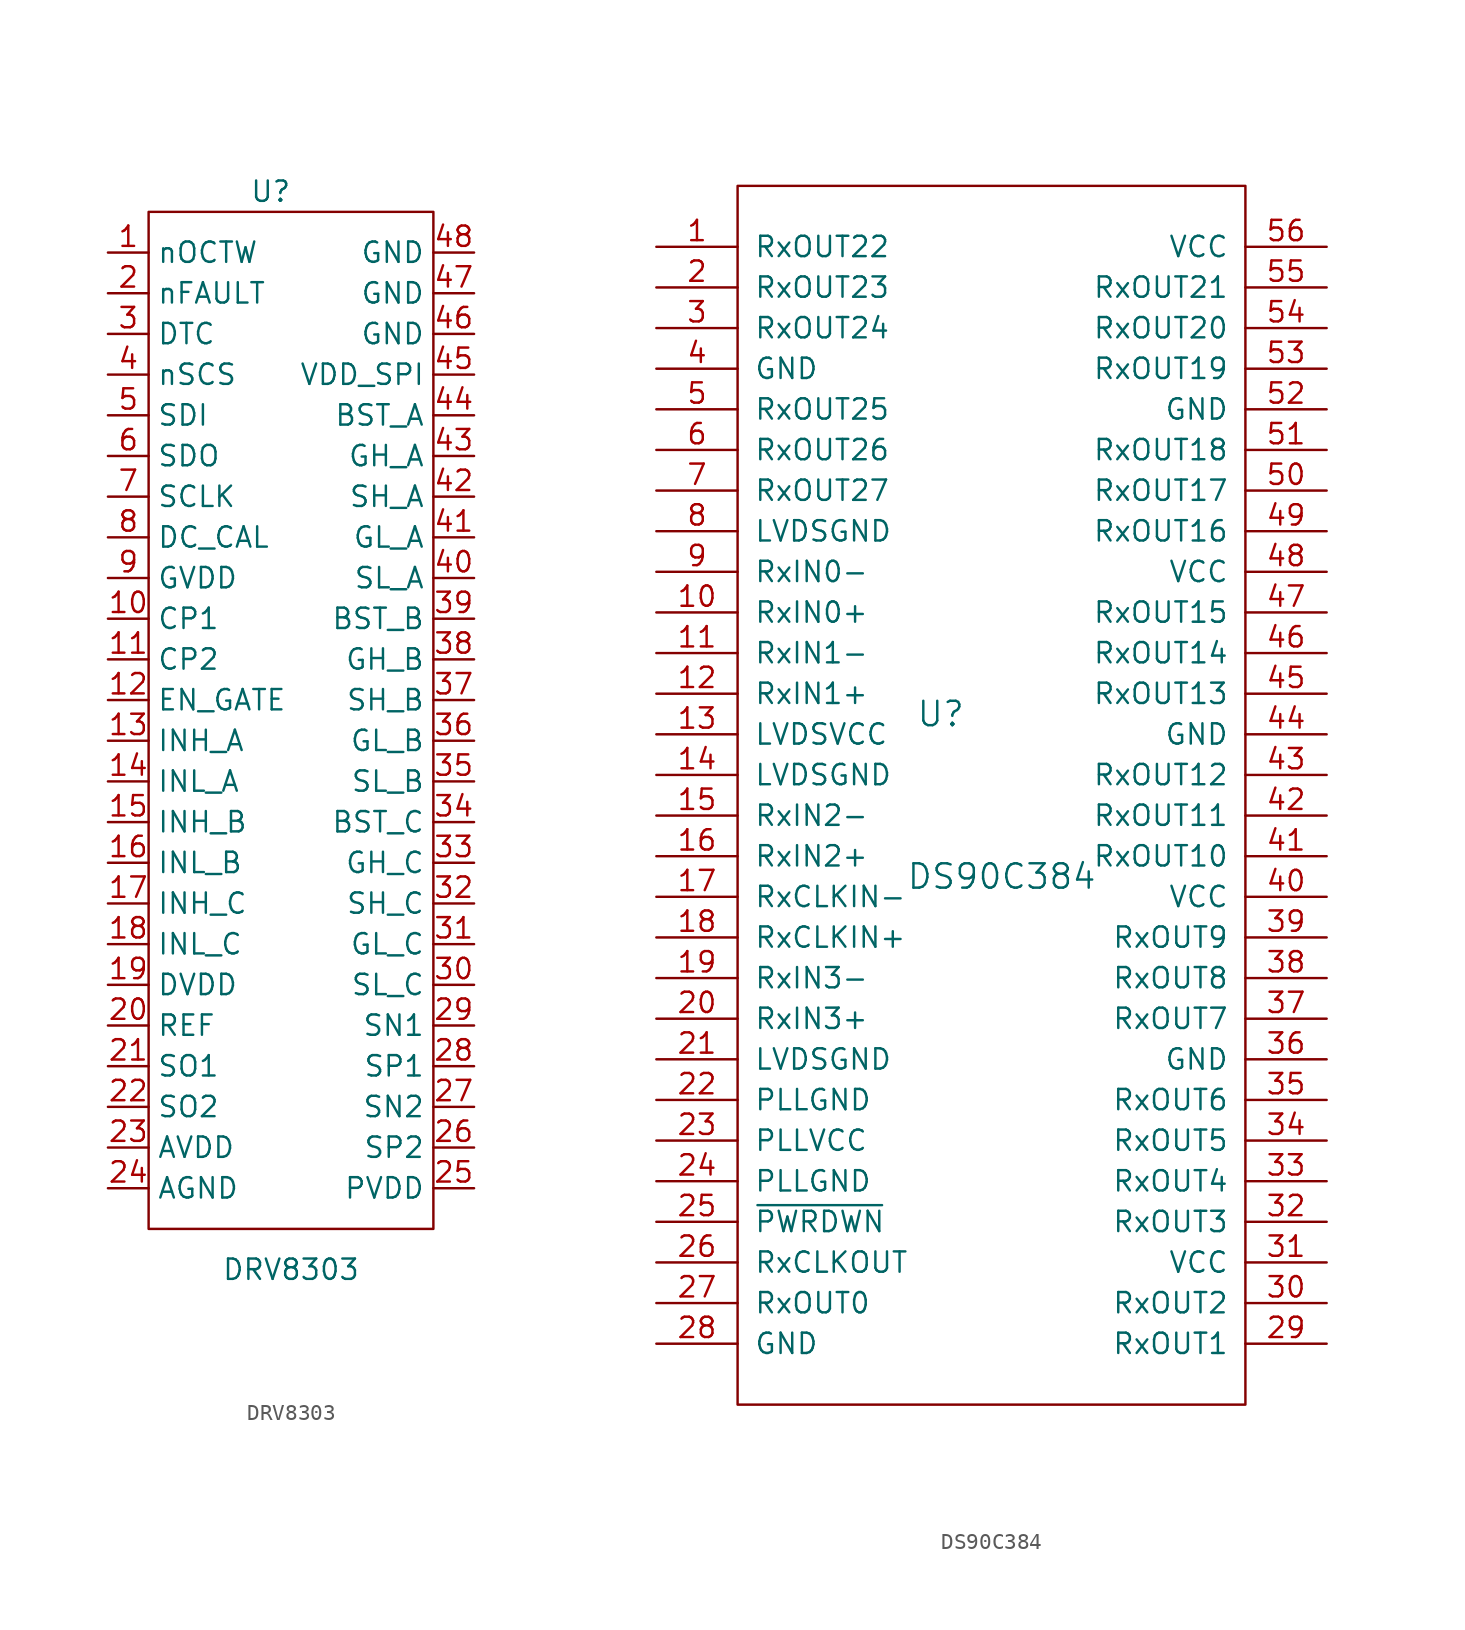
<source format=kicad_sym>
(kicad_symbol_lib
  (version 20220914)
  (generator kicad_symbol_editor)
  (symbol "DRV8303"
    (property "Reference" "U"
      (at -1.27 33.02 0)
      (effects (font (size 1.27 1.27))))
    (property "Value" "DRV8303"
      (at 0 -34.29 0)
      (effects (font (size 1.27 1.27))))
    (symbol "DRV8303_0_1"
      (rectangle (start -8.89 31.75) (end 8.89 -31.75) (stroke (width 0.152) (type default)) (fill (type none))))
    (symbol "DRV8303_1_1"
      (pin output line (at -11.43 29.21 0) (length 2.54) (name "nOCTW" (effects (font (size 1.27 1.27)))) (number "1" (effects (font (size 1.27 1.27)))))
      (pin power_in line (at -11.43 6.35 0) (length 2.54) (name "CP1" (effects (font (size 1.27 1.27)))) (number "10" (effects (font (size 1.27 1.27)))))
      (pin power_in line (at -11.43 3.81 0) (length 2.54) (name "CP2" (effects (font (size 1.27 1.27)))) (number "11" (effects (font (size 1.27 1.27)))))
      (pin input line (at -11.43 1.27 0) (length 2.54) (name "EN_GATE" (effects (font (size 1.27 1.27)))) (number "12" (effects (font (size 1.27 1.27)))))
      (pin input line (at -11.43 -1.27 0) (length 2.54) (name "INH_A" (effects (font (size 1.27 1.27)))) (number "13" (effects (font (size 1.27 1.27)))))
      (pin input line (at -11.43 -3.81 0) (length 2.54) (name "INL_A" (effects (font (size 1.27 1.27)))) (number "14" (effects (font (size 1.27 1.27)))))
      (pin input line (at -11.43 -6.35 0) (length 2.54) (name "INH_B" (effects (font (size 1.27 1.27)))) (number "15" (effects (font (size 1.27 1.27)))))
      (pin input line (at -11.43 -8.89 0) (length 2.54) (name "INL_B" (effects (font (size 1.27 1.27)))) (number "16" (effects (font (size 1.27 1.27)))))
      (pin input line (at -11.43 -11.43 0) (length 2.54) (name "INH_C" (effects (font (size 1.27 1.27)))) (number "17" (effects (font (size 1.27 1.27)))))
      (pin input line (at -11.43 -13.97 0) (length 2.54) (name "INL_C" (effects (font (size 1.27 1.27)))) (number "18" (effects (font (size 1.27 1.27)))))
      (pin power_in line (at -11.43 -16.51 0) (length 2.54) (name "DVDD" (effects (font (size 1.27 1.27)))) (number "19" (effects (font (size 1.27 1.27)))))
      (pin output line (at -11.43 26.67 0) (length 2.54) (name "nFAULT" (effects (font (size 1.27 1.27)))) (number "2" (effects (font (size 1.27 1.27)))))
      (pin input line (at -11.43 -19.05 0) (length 2.54) (name "REF" (effects (font (size 1.27 1.27)))) (number "20" (effects (font (size 1.27 1.27)))))
      (pin output line (at -11.43 -21.59 0) (length 2.54) (name "SO1" (effects (font (size 1.27 1.27)))) (number "21" (effects (font (size 1.27 1.27)))))
      (pin output line (at -11.43 -24.13 0) (length 2.54) (name "SO2" (effects (font (size 1.27 1.27)))) (number "22" (effects (font (size 1.27 1.27)))))
      (pin power_in line (at -11.43 -26.67 0) (length 2.54) (name "AVDD" (effects (font (size 1.27 1.27)))) (number "23" (effects (font (size 1.27 1.27)))))
      (pin power_in line (at -11.43 -29.21 0) (length 2.54) (name "AGND" (effects (font (size 1.27 1.27)))) (number "24" (effects (font (size 1.27 1.27)))))
      (pin power_in line (at 11.43 -29.21 180) (length 2.54) (name "PVDD" (effects (font (size 1.27 1.27)))) (number "25" (effects (font (size 1.27 1.27)))))
      (pin input line (at 11.43 -26.67 180) (length 2.54) (name "SP2" (effects (font (size 1.27 1.27)))) (number "26" (effects (font (size 1.27 1.27)))))
      (pin input line (at 11.43 -24.13 180) (length 2.54) (name "SN2" (effects (font (size 1.27 1.27)))) (number "27" (effects (font (size 1.27 1.27)))))
      (pin input line (at 11.43 -21.59 180) (length 2.54) (name "SP1" (effects (font (size 1.27 1.27)))) (number "28" (effects (font (size 1.27 1.27)))))
      (pin input line (at 11.43 -19.05 180) (length 2.54) (name "SN1" (effects (font (size 1.27 1.27)))) (number "29" (effects (font (size 1.27 1.27)))))
      (pin input line (at -11.43 24.13 0) (length 2.54) (name "DTC" (effects (font (size 1.27 1.27)))) (number "3" (effects (font (size 1.27 1.27)))))
      (pin input line (at 11.43 -16.51 180) (length 2.54) (name "SL_C" (effects (font (size 1.27 1.27)))) (number "30" (effects (font (size 1.27 1.27)))))
      (pin output line (at 11.43 -13.97 180) (length 2.54) (name "GL_C" (effects (font (size 1.27 1.27)))) (number "31" (effects (font (size 1.27 1.27)))))
      (pin input line (at 11.43 -11.43 180) (length 2.54) (name "SH_C" (effects (font (size 1.27 1.27)))) (number "32" (effects (font (size 1.27 1.27)))))
      (pin output line (at 11.43 -8.89 180) (length 2.54) (name "GH_C" (effects (font (size 1.27 1.27)))) (number "33" (effects (font (size 1.27 1.27)))))
      (pin power_in line (at 11.43 -6.35 180) (length 2.54) (name "BST_C" (effects (font (size 1.27 1.27)))) (number "34" (effects (font (size 1.27 1.27)))))
      (pin input line (at 11.43 -3.81 180) (length 2.54) (name "SL_B" (effects (font (size 1.27 1.27)))) (number "35" (effects (font (size 1.27 1.27)))))
      (pin output line (at 11.43 -1.27 180) (length 2.54) (name "GL_B" (effects (font (size 1.27 1.27)))) (number "36" (effects (font (size 1.27 1.27)))))
      (pin input line (at 11.43 1.27 180) (length 2.54) (name "SH_B" (effects (font (size 1.27 1.27)))) (number "37" (effects (font (size 1.27 1.27)))))
      (pin output line (at 11.43 3.81 180) (length 2.54) (name "GH_B" (effects (font (size 1.27 1.27)))) (number "38" (effects (font (size 1.27 1.27)))))
      (pin power_in line (at 11.43 6.35 180) (length 2.54) (name "BST_B" (effects (font (size 1.27 1.27)))) (number "39" (effects (font (size 1.27 1.27)))))
      (pin input line (at -11.43 21.59 0) (length 2.54) (name "nSCS" (effects (font (size 1.27 1.27)))) (number "4" (effects (font (size 1.27 1.27)))))
      (pin input line (at 11.43 8.89 180) (length 2.54) (name "SL_A" (effects (font (size 1.27 1.27)))) (number "40" (effects (font (size 1.27 1.27)))))
      (pin output line (at 11.43 11.43 180) (length 2.54) (name "GL_A" (effects (font (size 1.27 1.27)))) (number "41" (effects (font (size 1.27 1.27)))))
      (pin input line (at 11.43 13.97 180) (length 2.54) (name "SH_A" (effects (font (size 1.27 1.27)))) (number "42" (effects (font (size 1.27 1.27)))))
      (pin output line (at 11.43 16.51 180) (length 2.54) (name "GH_A" (effects (font (size 1.27 1.27)))) (number "43" (effects (font (size 1.27 1.27)))))
      (pin power_in line (at 11.43 19.05 180) (length 2.54) (name "BST_A" (effects (font (size 1.27 1.27)))) (number "44" (effects (font (size 1.27 1.27)))))
      (pin input line (at 11.43 21.59 180) (length 2.54) (name "VDD_SPI" (effects (font (size 1.27 1.27)))) (number "45" (effects (font (size 1.27 1.27)))))
      (pin power_in line (at 11.43 24.13 180) (length 2.54) (name "GND" (effects (font (size 1.27 1.27)))) (number "46" (effects (font (size 1.27 1.27)))))
      (pin power_in line (at 11.43 26.67 180) (length 2.54) (name "GND" (effects (font (size 1.27 1.27)))) (number "47" (effects (font (size 1.27 1.27)))))
      (pin power_in line (at 11.43 29.21 180) (length 2.54) (name "GND" (effects (font (size 1.27 1.27)))) (number "48" (effects (font (size 1.27 1.27)))))
      (pin input line (at -11.43 19.05 0) (length 2.54) (name "SDI" (effects (font (size 1.27 1.27)))) (number "5" (effects (font (size 1.27 1.27)))))
      (pin output line (at -11.43 16.51 0) (length 2.54) (name "SDO" (effects (font (size 1.27 1.27)))) (number "6" (effects (font (size 1.27 1.27)))))
      (pin input line (at -11.43 13.97 0) (length 2.54) (name "SCLK" (effects (font (size 1.27 1.27)))) (number "7" (effects (font (size 1.27 1.27)))))
      (pin input line (at -11.43 11.43 0) (length 2.54) (name "DC_CAL" (effects (font (size 1.27 1.27)))) (number "8" (effects (font (size 1.27 1.27)))))
      (pin power_in line (at -11.43 8.89 0) (length 2.54) (name "GVDD" (effects (font (size 1.27 1.27)))) (number "9" (effects (font (size 1.27 1.27)))))))
  (symbol "DS90C384"
    (pin_names
      (offset 1.016))
    (property "Reference" "U"
      (at -1.27 3.81 0)
      (effects (font (size 1.524 1.524))))
    (property "Value" "DS90C384"
      (at 2.54 -6.35 0)
      (effects (font (size 1.524 1.524))))
    (symbol "DS90C384_0_1"
      (rectangle (start -13.97 36.83) (end 17.78 -39.37) (stroke (width 0) (type default)) (fill (type none))))
    (symbol "DS90C384_1_1"
      (pin input line (at -19.05 33.02 0) (length 5.08) (name "RxOUT22" (effects (font (size 1.27 1.27)))) (number "1" (effects (font (size 1.27 1.27)))))
      (pin input line (at -19.05 10.16 0) (length 5.08) (name "RxIN0+" (effects (font (size 1.27 1.27)))) (number "10" (effects (font (size 1.27 1.27)))))
      (pin input line (at -19.05 7.62 0) (length 5.08) (name "RxIN1-" (effects (font (size 1.27 1.27)))) (number "11" (effects (font (size 1.27 1.27)))))
      (pin input line (at -19.05 5.08 0) (length 5.08) (name "RxIN1+" (effects (font (size 1.27 1.27)))) (number "12" (effects (font (size 1.27 1.27)))))
      (pin input line (at -19.05 2.54 0) (length 5.08) (name "LVDSVCC" (effects (font (size 1.27 1.27)))) (number "13" (effects (font (size 1.27 1.27)))))
      (pin input line (at -19.05 0 0) (length 5.08) (name "LVDSGND" (effects (font (size 1.27 1.27)))) (number "14" (effects (font (size 1.27 1.27)))))
      (pin input line (at -19.05 -2.54 0) (length 5.08) (name "RxIN2-" (effects (font (size 1.27 1.27)))) (number "15" (effects (font (size 1.27 1.27)))))
      (pin input line (at -19.05 -5.08 0) (length 5.08) (name "RxIN2+" (effects (font (size 1.27 1.27)))) (number "16" (effects (font (size 1.27 1.27)))))
      (pin input line (at -19.05 -7.62 0) (length 5.08) (name "RxCLKIN-" (effects (font (size 1.27 1.27)))) (number "17" (effects (font (size 1.27 1.27)))))
      (pin input line (at -19.05 -10.16 0) (length 5.08) (name "RxCLKIN+" (effects (font (size 1.27 1.27)))) (number "18" (effects (font (size 1.27 1.27)))))
      (pin input line (at -19.05 -12.7 0) (length 5.08) (name "RxIN3-" (effects (font (size 1.27 1.27)))) (number "19" (effects (font (size 1.27 1.27)))))
      (pin input line (at -19.05 30.48 0) (length 5.08) (name "RxOUT23" (effects (font (size 1.27 1.27)))) (number "2" (effects (font (size 1.27 1.27)))))
      (pin input line (at -19.05 -15.24 0) (length 5.08) (name "RxIN3+" (effects (font (size 1.27 1.27)))) (number "20" (effects (font (size 1.27 1.27)))))
      (pin input line (at -19.05 -17.78 0) (length 5.08) (name "LVDSGND" (effects (font (size 1.27 1.27)))) (number "21" (effects (font (size 1.27 1.27)))))
      (pin input line (at -19.05 -20.32 0) (length 5.08) (name "PLLGND" (effects (font (size 1.27 1.27)))) (number "22" (effects (font (size 1.27 1.27)))))
      (pin input line (at -19.05 -22.86 0) (length 5.08) (name "PLLVCC" (effects (font (size 1.27 1.27)))) (number "23" (effects (font (size 1.27 1.27)))))
      (pin input line (at -19.05 -25.4 0) (length 5.08) (name "PLLGND" (effects (font (size 1.27 1.27)))) (number "24" (effects (font (size 1.27 1.27)))))
      (pin input line (at -19.05 -27.94 0) (length 5.08) (name "~{PWRDWN}" (effects (font (size 1.27 1.27)))) (number "25" (effects (font (size 1.27 1.27)))))
      (pin input line (at -19.05 -30.48 0) (length 5.08) (name "RxCLKOUT" (effects (font (size 1.27 1.27)))) (number "26" (effects (font (size 1.27 1.27)))))
      (pin input line (at -19.05 -33.02 0) (length 5.08) (name "RxOUT0" (effects (font (size 1.27 1.27)))) (number "27" (effects (font (size 1.27 1.27)))))
      (pin input line (at -19.05 -35.56 0) (length 5.08) (name "GND" (effects (font (size 1.27 1.27)))) (number "28" (effects (font (size 1.27 1.27)))))
      (pin input line (at 22.86 -35.56 180) (length 5.08) (name "RxOUT1" (effects (font (size 1.27 1.27)))) (number "29" (effects (font (size 1.27 1.27)))))
      (pin input line (at -19.05 27.94 0) (length 5.08) (name "RxOUT24" (effects (font (size 1.27 1.27)))) (number "3" (effects (font (size 1.27 1.27)))))
      (pin input line (at 22.86 -33.02 180) (length 5.08) (name "RxOUT2" (effects (font (size 1.27 1.27)))) (number "30" (effects (font (size 1.27 1.27)))))
      (pin input line (at 22.86 -30.48 180) (length 5.08) (name "VCC" (effects (font (size 1.27 1.27)))) (number "31" (effects (font (size 1.27 1.27)))))
      (pin input line (at 22.86 -27.94 180) (length 5.08) (name "RxOUT3" (effects (font (size 1.27 1.27)))) (number "32" (effects (font (size 1.27 1.27)))))
      (pin input line (at 22.86 -25.4 180) (length 5.08) (name "RxOUT4" (effects (font (size 1.27 1.27)))) (number "33" (effects (font (size 1.27 1.27)))))
      (pin input line (at 22.86 -22.86 180) (length 5.08) (name "RxOUT5" (effects (font (size 1.27 1.27)))) (number "34" (effects (font (size 1.27 1.27)))))
      (pin input line (at 22.86 -20.32 180) (length 5.08) (name "RxOUT6" (effects (font (size 1.27 1.27)))) (number "35" (effects (font (size 1.27 1.27)))))
      (pin input line (at 22.86 -17.78 180) (length 5.08) (name "GND" (effects (font (size 1.27 1.27)))) (number "36" (effects (font (size 1.27 1.27)))))
      (pin input line (at 22.86 -15.24 180) (length 5.08) (name "RxOUT7" (effects (font (size 1.27 1.27)))) (number "37" (effects (font (size 1.27 1.27)))))
      (pin input line (at 22.86 -12.7 180) (length 5.08) (name "RxOUT8" (effects (font (size 1.27 1.27)))) (number "38" (effects (font (size 1.27 1.27)))))
      (pin input line (at 22.86 -10.16 180) (length 5.08) (name "RxOUT9" (effects (font (size 1.27 1.27)))) (number "39" (effects (font (size 1.27 1.27)))))
      (pin input line (at -19.05 25.4 0) (length 5.08) (name "GND" (effects (font (size 1.27 1.27)))) (number "4" (effects (font (size 1.27 1.27)))))
      (pin input line (at 22.86 -7.62 180) (length 5.08) (name "VCC" (effects (font (size 1.27 1.27)))) (number "40" (effects (font (size 1.27 1.27)))))
      (pin input line (at 22.86 -5.08 180) (length 5.08) (name "RxOUT10" (effects (font (size 1.27 1.27)))) (number "41" (effects (font (size 1.27 1.27)))))
      (pin input line (at 22.86 -2.54 180) (length 5.08) (name "RxOUT11" (effects (font (size 1.27 1.27)))) (number "42" (effects (font (size 1.27 1.27)))))
      (pin input line (at 22.86 0 180) (length 5.08) (name "RxOUT12" (effects (font (size 1.27 1.27)))) (number "43" (effects (font (size 1.27 1.27)))))
      (pin input line (at 22.86 2.54 180) (length 5.08) (name "GND" (effects (font (size 1.27 1.27)))) (number "44" (effects (font (size 1.27 1.27)))))
      (pin input line (at 22.86 5.08 180) (length 5.08) (name "RxOUT13" (effects (font (size 1.27 1.27)))) (number "45" (effects (font (size 1.27 1.27)))))
      (pin input line (at 22.86 7.62 180) (length 5.08) (name "RxOUT14" (effects (font (size 1.27 1.27)))) (number "46" (effects (font (size 1.27 1.27)))))
      (pin input line (at 22.86 10.16 180) (length 5.08) (name "RxOUT15" (effects (font (size 1.27 1.27)))) (number "47" (effects (font (size 1.27 1.27)))))
      (pin input line (at 22.86 12.7 180) (length 5.08) (name "VCC" (effects (font (size 1.27 1.27)))) (number "48" (effects (font (size 1.27 1.27)))))
      (pin input line (at 22.86 15.24 180) (length 5.08) (name "RxOUT16" (effects (font (size 1.27 1.27)))) (number "49" (effects (font (size 1.27 1.27)))))
      (pin input line (at -19.05 22.86 0) (length 5.08) (name "RxOUT25" (effects (font (size 1.27 1.27)))) (number "5" (effects (font (size 1.27 1.27)))))
      (pin input line (at 22.86 17.78 180) (length 5.08) (name "RxOUT17" (effects (font (size 1.27 1.27)))) (number "50" (effects (font (size 1.27 1.27)))))
      (pin input line (at 22.86 20.32 180) (length 5.08) (name "RxOUT18" (effects (font (size 1.27 1.27)))) (number "51" (effects (font (size 1.27 1.27)))))
      (pin input line (at 22.86 22.86 180) (length 5.08) (name "GND" (effects (font (size 1.27 1.27)))) (number "52" (effects (font (size 1.27 1.27)))))
      (pin input line (at 22.86 25.4 180) (length 5.08) (name "RxOUT19" (effects (font (size 1.27 1.27)))) (number "53" (effects (font (size 1.27 1.27)))))
      (pin input line (at 22.86 27.94 180) (length 5.08) (name "RxOUT20" (effects (font (size 1.27 1.27)))) (number "54" (effects (font (size 1.27 1.27)))))
      (pin input line (at 22.86 30.48 180) (length 5.08) (name "RxOUT21" (effects (font (size 1.27 1.27)))) (number "55" (effects (font (size 1.27 1.27)))))
      (pin input line (at 22.86 33.02 180) (length 5.08) (name "VCC" (effects (font (size 1.27 1.27)))) (number "56" (effects (font (size 1.27 1.27)))))
      (pin input line (at -19.05 20.32 0) (length 5.08) (name "RxOUT26" (effects (font (size 1.27 1.27)))) (number "6" (effects (font (size 1.27 1.27)))))
      (pin input line (at -19.05 17.78 0) (length 5.08) (name "RxOUT27" (effects (font (size 1.27 1.27)))) (number "7" (effects (font (size 1.27 1.27)))))
      (pin input line (at -19.05 15.24 0) (length 5.08) (name "LVDSGND" (effects (font (size 1.27 1.27)))) (number "8" (effects (font (size 1.27 1.27)))))
      (pin input line (at -19.05 12.7 0) (length 5.08) (name "RxIN0-" (effects (font (size 1.27 1.27)))) (number "9" (effects (font (size 1.27 1.27))))))))
</source>
